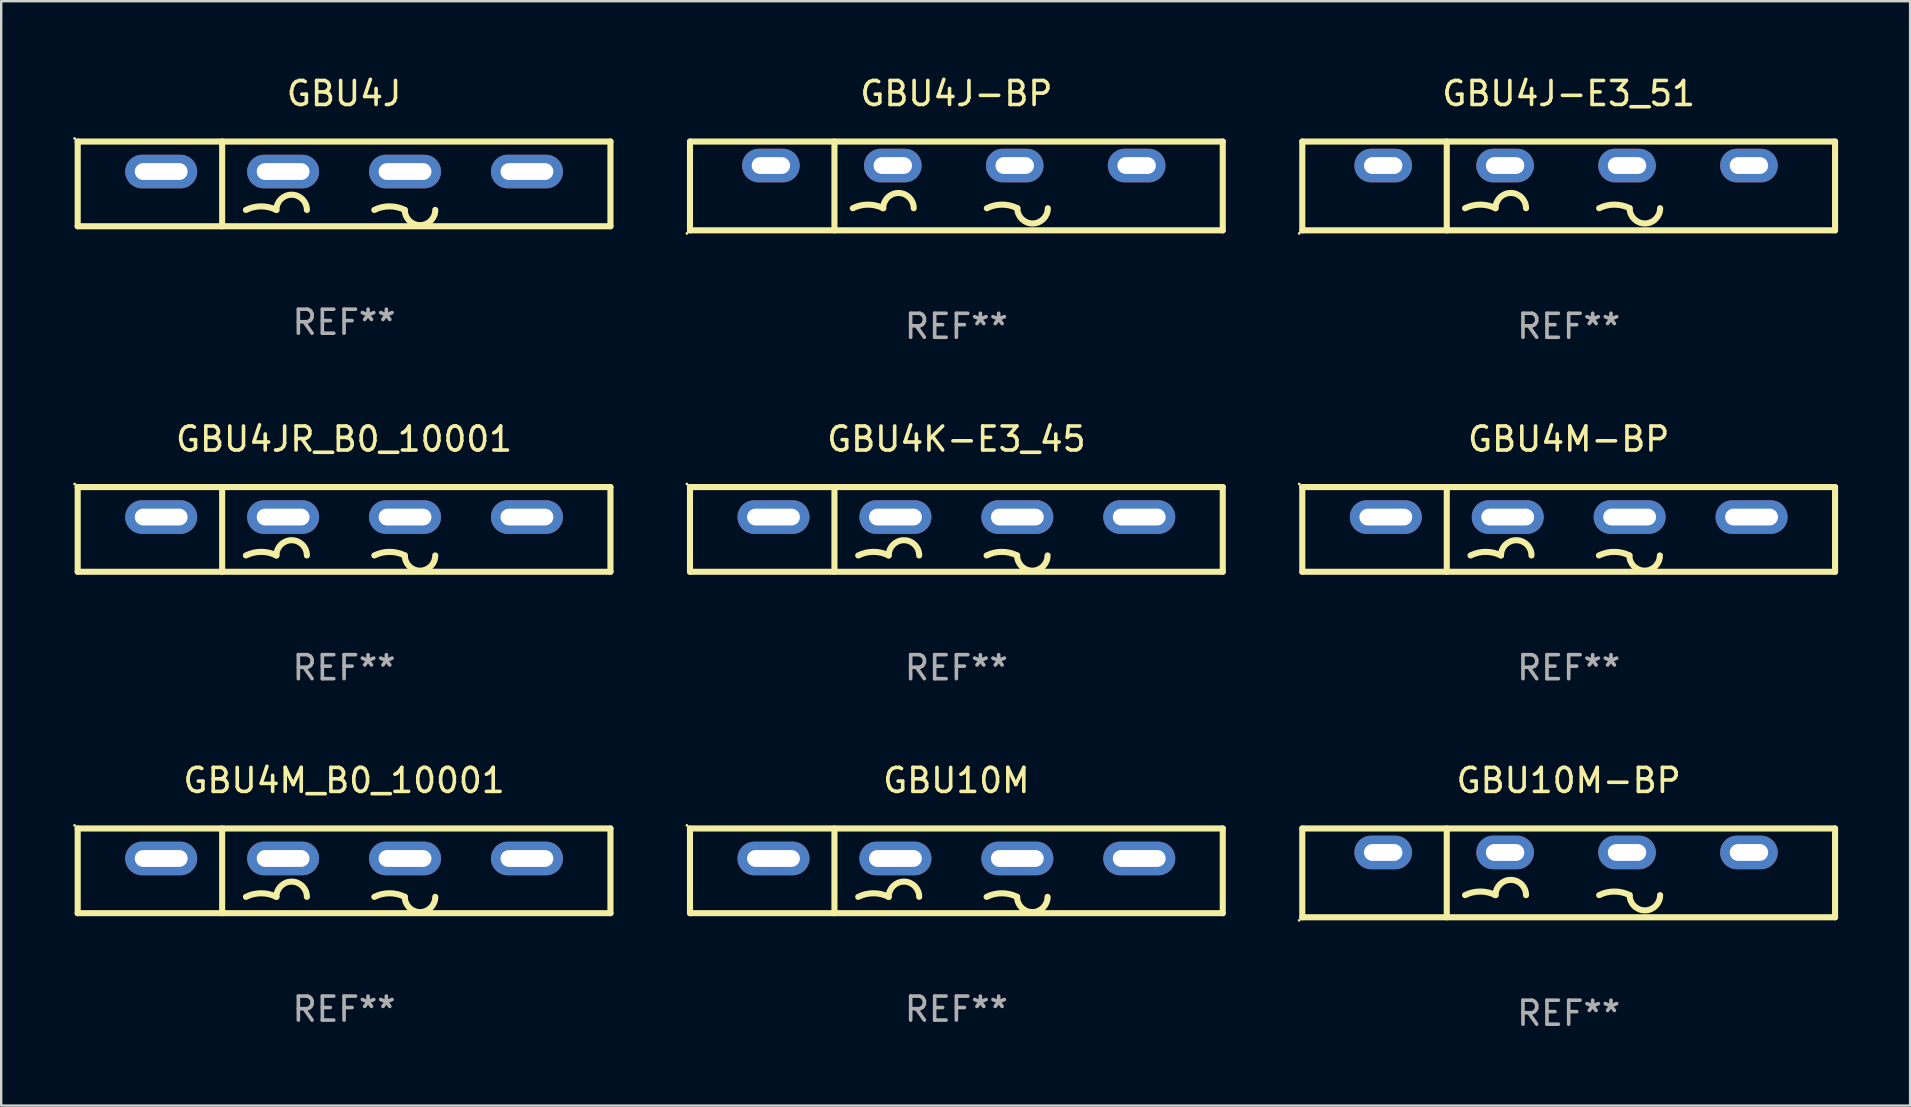
<source format=kicad_pcb>
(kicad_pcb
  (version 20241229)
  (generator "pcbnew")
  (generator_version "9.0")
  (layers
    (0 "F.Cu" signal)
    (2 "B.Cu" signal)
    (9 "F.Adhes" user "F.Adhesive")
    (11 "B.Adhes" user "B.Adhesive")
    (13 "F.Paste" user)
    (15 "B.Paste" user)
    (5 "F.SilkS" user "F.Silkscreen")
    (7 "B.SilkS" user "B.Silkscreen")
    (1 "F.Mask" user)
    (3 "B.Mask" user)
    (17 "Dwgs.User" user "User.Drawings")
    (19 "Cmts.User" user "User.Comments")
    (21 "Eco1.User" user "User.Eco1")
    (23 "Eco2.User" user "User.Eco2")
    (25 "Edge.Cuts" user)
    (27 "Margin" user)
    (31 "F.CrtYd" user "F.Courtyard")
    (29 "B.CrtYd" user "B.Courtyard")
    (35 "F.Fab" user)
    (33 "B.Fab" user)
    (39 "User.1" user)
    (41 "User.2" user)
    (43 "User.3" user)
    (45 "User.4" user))
  (footprint "GBU4M_B0_10001"
    (layer "F.Cu")
    (at 11.287 33.236)
    (property "Reference" "GBU4M_B0_10001" (at 0 -3.765 0) (layer "F.SilkS") (effects (font (size 1 1) (thickness 0.15))))
    (attr through_hole)
    (fp_line (start -11.1 -1.765) (end 11.1 -1.765) (stroke (width 0.254) (type solid)) (layer "F.SilkS"))
    (fp_line (start -11.1 1.765) (end -11.1 -1.765) (stroke (width 0.254) (type solid)) (layer "F.SilkS"))
    (fp_line (start -5.08 -1.765) (end -5.08 1.765) (stroke (width 0.254) (type solid)) (layer "F.SilkS"))
    (fp_line (start 11.1 -1.765) (end 11.1 1.765) (stroke (width 0.254) (type solid)) (layer "F.SilkS"))
    (fp_line (start 11.1 1.765) (end -11.1 1.765) (stroke (width 0.254) (type solid)) (layer "F.SilkS"))
    (fp_arc (start -4.089992 1.084963) (mid -3.454991 0.93506) (end -2.819989 1.084963) (stroke (width 0.254001) (type solid)) (layer "F.SilkS"))
    (fp_arc (start -2.819991 1.084963) (mid -2.184989 0.449961) (end -1.549987 1.084963) (stroke (width 0.254001) (type solid)) (layer "F.SilkS"))
    (fp_arc (start 1.259995 1.084963) (mid 1.894996 0.93506) (end 2.529998 1.084963) (stroke (width 0.254001) (type solid)) (layer "F.SilkS"))
    (fp_arc (start 3.8 1.084963) (mid 3.164999 1.719964) (end 2.529998 1.084963) (stroke (width 0.254001) (type solid)) (layer "F.SilkS"))
    (fp_circle (center -11.227 -1.892) (end -11.197 -1.892) (stroke (width 0.06) (type solid)) (fill no) (layer "F.SilkS"))
    (fp_text user "+" (at -7 3.085 0) (layer "B.Mask") (effects (font (size 1 1) (thickness 0.15))))
    (fp_text user "-" (at 8.65 3.335 0) (layer "B.Mask") (effects (font (size 1 1) (thickness 0.15))))
    (fp_text user "REF**" (at 0 5.765 0) (layer "F.Fab") (effects (font (size 1 1) (thickness 0.15))))
    (pad "1" thru_hole oval (at -7.62 -0.515 180) (size 3 1.4) (drill oval 2.2 0.7) (layers "*.Cu" "*.Mask"))
    (pad "2" thru_hole oval (at -2.54 -0.515 180) (size 3 1.4) (drill oval 2.2 0.7) (layers "*.Cu" "*.Mask"))
    (pad "3" thru_hole oval (at 2.54 -0.515 180) (size 3 1.4) (drill oval 2.2 0.7) (layers "*.Cu" "*.Mask"))
    (pad "4" thru_hole oval (at 7.62 -0.515 180) (size 3 1.4) (drill oval 2.2 0.7) (layers "*.Cu" "*.Mask")))
  (footprint "GBU10M-BP"
    (layer "F.Cu")
    (at 62.315 33.321)
    (property "Reference" "GBU10M-BP" (at 0 -3.85 0) (layer "F.SilkS") (effects (font (size 1 1) (thickness 0.15))))
    (attr through_hole)
    (fp_line (start -11.1 -1.85) (end 11.1 -1.85) (stroke (width 0.254) (type solid)) (layer "F.SilkS"))
    (fp_line (start -11.1 1.85) (end -11.1 -1.85) (stroke (width 0.254) (type solid)) (layer "F.SilkS"))
    (fp_line (start -5.08 -1.85) (end -5.08 1.85) (stroke (width 0.254) (type solid)) (layer "F.SilkS"))
    (fp_line (start 11.1 -1.85) (end 11.1 1.85) (stroke (width 0.254) (type solid)) (layer "F.SilkS"))
    (fp_line (start 11.1 1.85) (end -11.1 1.85) (stroke (width 0.254) (type solid)) (layer "F.SilkS"))
    (fp_arc (start -4.318009 0.927991) (mid -3.683008 0.778087) (end -3.048007 0.92799) (stroke (width 0.254001) (type solid)) (layer "F.SilkS"))
    (fp_arc (start -3.048006 0.927991) (mid -2.413005 0.29299) (end -1.778004 0.927991) (stroke (width 0.254001) (type solid)) (layer "F.SilkS"))
    (fp_arc (start 1.270003 0.927991) (mid 1.905004 0.778088) (end 2.540005 0.927991) (stroke (width 0.254001) (type solid)) (layer "F.SilkS"))
    (fp_arc (start 3.810008 0.927991) (mid 3.175006 1.562993) (end 2.540004 0.927991) (stroke (width 0.254001) (type solid)) (layer "F.SilkS"))
    (fp_circle (center -11.227 1.977) (end -11.197 1.977) (stroke (width 0.06) (type solid)) (fill no) (layer "F.SilkS"))
    (fp_text user "+" (at -8.549 0.85 0) (layer "B.Mask") (effects (font (size 1 1) (thickness 0.15))))
    (fp_text user "-" (at 6.751 0.85 0) (layer "B.Mask") (effects (font (size 1 1) (thickness 0.15))))
    (fp_text user "REF**" (at 0 5.85 0) (layer "F.Fab") (effects (font (size 1 1) (thickness 0.15))))
    (pad "1" thru_hole oval (at -7.729 -0.85 180) (size 2.4 1.4) (drill oval 1.6 0.7) (layers "*.Cu" "*.Mask"))
    (pad "2" thru_hole oval (at -2.649 -0.85 180) (size 2.4 1.4) (drill oval 1.6 0.7) (layers "*.Cu" "*.Mask"))
    (pad "3" thru_hole oval (at 2.431 -0.85 180) (size 2.4 1.4) (drill oval 1.6 0.7) (layers "*.Cu" "*.Mask"))
    (pad "4" thru_hole oval (at 7.511 -0.85 180) (size 2.4 1.4) (drill oval 1.6 0.7) (layers "*.Cu" "*.Mask")))
  (footprint "GBU4J-BP"
    (layer "F.Cu")
    (at 36.801 4.698)
    (property "Reference" "GBU4J-BP" (at 0 -3.85 0) (layer "F.SilkS") (effects (font (size 1 1) (thickness 0.15))))
    (attr through_hole)
    (fp_line (start -11.1 -1.85) (end 11.1 -1.85) (stroke (width 0.254) (type solid)) (layer "F.SilkS"))
    (fp_line (start -11.1 1.85) (end -11.1 -1.85) (stroke (width 0.254) (type solid)) (layer "F.SilkS"))
    (fp_line (start -5.08 -1.85) (end -5.08 1.85) (stroke (width 0.254) (type solid)) (layer "F.SilkS"))
    (fp_line (start 11.1 -1.85) (end 11.1 1.85) (stroke (width 0.254) (type solid)) (layer "F.SilkS"))
    (fp_line (start 11.1 1.85) (end -11.1 1.85) (stroke (width 0.254) (type solid)) (layer "F.SilkS"))
    (fp_arc (start -4.318009 0.927991) (mid -3.683008 0.778087) (end -3.048007 0.92799) (stroke (width 0.254001) (type solid)) (layer "F.SilkS"))
    (fp_arc (start -3.048006 0.927991) (mid -2.413005 0.29299) (end -1.778004 0.927991) (stroke (width 0.254001) (type solid)) (layer "F.SilkS"))
    (fp_arc (start 1.270003 0.927991) (mid 1.905004 0.778088) (end 2.540005 0.927991) (stroke (width 0.254001) (type solid)) (layer "F.SilkS"))
    (fp_arc (start 3.810008 0.927991) (mid 3.175006 1.562993) (end 2.540004 0.927991) (stroke (width 0.254001) (type solid)) (layer "F.SilkS"))
    (fp_circle (center -11.227 1.977) (end -11.197 1.977) (stroke (width 0.06) (type solid)) (fill no) (layer "F.SilkS"))
    (fp_text user "-" (at 6.751 0.85 0) (layer "B.Mask") (effects (font (size 1 1) (thickness 0.15))))
    (fp_text user "+" (at -8.549 0.85 0) (layer "B.Mask") (effects (font (size 1 1) (thickness 0.15))))
    (fp_text user "REF**" (at 0 5.85 0) (layer "F.Fab") (effects (font (size 1 1) (thickness 0.15))))
    (pad "1" thru_hole oval (at -7.729 -0.85 180) (size 2.4 1.4) (drill oval 1.6 0.7) (layers "*.Cu" "*.Mask"))
    (pad "2" thru_hole oval (at -2.649 -0.85 180) (size 2.4 1.4) (drill oval 1.6 0.7) (layers "*.Cu" "*.Mask"))
    (pad "3" thru_hole oval (at 2.431 -0.85 180) (size 2.4 1.4) (drill oval 1.6 0.7) (layers "*.Cu" "*.Mask"))
    (pad "4" thru_hole oval (at 7.511 -0.85 180) (size 2.4 1.4) (drill oval 1.6 0.7) (layers "*.Cu" "*.Mask")))
  (footprint "GBU4K-E3_45"
    (layer "F.Cu")
    (at 36.801 19.01)
    (property "Reference" "GBU4K-E3_45" (at 0 -3.765 0) (layer "F.SilkS") (effects (font (size 1 1) (thickness 0.15))))
    (attr through_hole)
    (fp_line (start -11.1 -1.765) (end 11.1 -1.765) (stroke (width 0.254) (type solid)) (layer "F.SilkS"))
    (fp_line (start -11.1 1.765) (end -11.1 -1.765) (stroke (width 0.254) (type solid)) (layer "F.SilkS"))
    (fp_line (start -5.08 -1.765) (end -5.08 1.765) (stroke (width 0.254) (type solid)) (layer "F.SilkS"))
    (fp_line (start 11.1 -1.765) (end 11.1 1.765) (stroke (width 0.254) (type solid)) (layer "F.SilkS"))
    (fp_line (start 11.1 1.765) (end -11.1 1.765) (stroke (width 0.254) (type solid)) (layer "F.SilkS"))
    (fp_arc (start -4.089992 1.084963) (mid -3.454991 0.93506) (end -2.819989 1.084963) (stroke (width 0.254001) (type solid)) (layer "F.SilkS"))
    (fp_arc (start -2.819991 1.084963) (mid -2.184989 0.449961) (end -1.549987 1.084963) (stroke (width 0.254001) (type solid)) (layer "F.SilkS"))
    (fp_arc (start 1.259995 1.084963) (mid 1.894996 0.93506) (end 2.529998 1.084963) (stroke (width 0.254001) (type solid)) (layer "F.SilkS"))
    (fp_arc (start 3.8 1.084963) (mid 3.164999 1.719964) (end 2.529998 1.084963) (stroke (width 0.254001) (type solid)) (layer "F.SilkS"))
    (fp_circle (center -11.227 -1.892) (end -11.197 -1.892) (stroke (width 0.06) (type solid)) (fill no) (layer "F.SilkS"))
    (fp_text user "+" (at -7 3.085 0) (layer "B.Mask") (effects (font (size 1 1) (thickness 0.15))))
    (fp_text user "-" (at 8.65 3.335 0) (layer "B.Mask") (effects (font (size 1 1) (thickness 0.15))))
    (fp_text user "REF**" (at 0 5.765 0) (layer "F.Fab") (effects (font (size 1 1) (thickness 0.15))))
    (pad "1" thru_hole oval (at -7.62 -0.515 180) (size 3 1.4) (drill oval 2.2 0.7) (layers "*.Cu" "*.Mask"))
    (pad "2" thru_hole oval (at -2.54 -0.515 180) (size 3 1.4) (drill oval 2.2 0.7) (layers "*.Cu" "*.Mask"))
    (pad "3" thru_hole oval (at 2.54 -0.515 180) (size 3 1.4) (drill oval 2.2 0.7) (layers "*.Cu" "*.Mask"))
    (pad "4" thru_hole oval (at 7.62 -0.515 180) (size 3 1.4) (drill oval 2.2 0.7) (layers "*.Cu" "*.Mask")))
  (footprint "GBU4J"
    (layer "F.Cu")
    (at 11.287 4.613)
    (property "Reference" "GBU4J" (at 0 -3.765 0) (layer "F.SilkS") (effects (font (size 1 1) (thickness 0.15))))
    (attr through_hole)
    (fp_line (start -11.1 -1.765) (end 11.1 -1.765) (stroke (width 0.254) (type solid)) (layer "F.SilkS"))
    (fp_line (start -11.1 1.765) (end -11.1 -1.765) (stroke (width 0.254) (type solid)) (layer "F.SilkS"))
    (fp_line (start -5.08 -1.765) (end -5.08 1.765) (stroke (width 0.254) (type solid)) (layer "F.SilkS"))
    (fp_line (start 11.1 -1.765) (end 11.1 1.765) (stroke (width 0.254) (type solid)) (layer "F.SilkS"))
    (fp_line (start 11.1 1.765) (end -11.1 1.765) (stroke (width 0.254) (type solid)) (layer "F.SilkS"))
    (fp_arc (start -4.089992 1.084963) (mid -3.454991 0.93506) (end -2.819989 1.084963) (stroke (width 0.254001) (type solid)) (layer "F.SilkS"))
    (fp_arc (start -2.819991 1.084963) (mid -2.184989 0.449961) (end -1.549987 1.084963) (stroke (width 0.254001) (type solid)) (layer "F.SilkS"))
    (fp_arc (start 1.259995 1.084963) (mid 1.894996 0.93506) (end 2.529998 1.084963) (stroke (width 0.254001) (type solid)) (layer "F.SilkS"))
    (fp_arc (start 3.8 1.084963) (mid 3.164999 1.719964) (end 2.529998 1.084963) (stroke (width 0.254001) (type solid)) (layer "F.SilkS"))
    (fp_circle (center -11.227 -1.892) (end -11.197 -1.892) (stroke (width 0.06) (type solid)) (fill no) (layer "F.SilkS"))
    (fp_text user "-" (at 8.65 3.335 0) (layer "B.Mask") (effects (font (size 1 1) (thickness 0.15))))
    (fp_text user "+" (at -7 3.085 0) (layer "B.Mask") (effects (font (size 1 1) (thickness 0.15))))
    (fp_text user "REF**" (at 0 5.765 0) (layer "F.Fab") (effects (font (size 1 1) (thickness 0.15))))
    (pad "1" thru_hole oval (at -7.62 -0.515 180) (size 3 1.4) (drill oval 2.2 0.7) (layers "*.Cu" "*.Mask"))
    (pad "2" thru_hole oval (at -2.54 -0.515 180) (size 3 1.4) (drill oval 2.2 0.7) (layers "*.Cu" "*.Mask"))
    (pad "3" thru_hole oval (at 2.54 -0.515 180) (size 3 1.4) (drill oval 2.2 0.7) (layers "*.Cu" "*.Mask"))
    (pad "4" thru_hole oval (at 7.62 -0.515 180) (size 3 1.4) (drill oval 2.2 0.7) (layers "*.Cu" "*.Mask")))
  (footprint "GBU4J-E3_51"
    (layer "F.Cu")
    (at 62.315 4.698)
    (property "Reference" "GBU4J-E3_51" (at 0 -3.85 0) (layer "F.SilkS") (effects (font (size 1 1) (thickness 0.15))))
    (attr through_hole)
    (fp_line (start -11.1 -1.85) (end 11.1 -1.85) (stroke (width 0.254) (type solid)) (layer "F.SilkS"))
    (fp_line (start -11.1 1.85) (end -11.1 -1.85) (stroke (width 0.254) (type solid)) (layer "F.SilkS"))
    (fp_line (start -5.08 -1.85) (end -5.08 1.85) (stroke (width 0.254) (type solid)) (layer "F.SilkS"))
    (fp_line (start 11.1 -1.85) (end 11.1 1.85) (stroke (width 0.254) (type solid)) (layer "F.SilkS"))
    (fp_line (start 11.1 1.85) (end -11.1 1.85) (stroke (width 0.254) (type solid)) (layer "F.SilkS"))
    (fp_arc (start -4.318009 0.927991) (mid -3.683008 0.778087) (end -3.048007 0.92799) (stroke (width 0.254001) (type solid)) (layer "F.SilkS"))
    (fp_arc (start -3.048006 0.927991) (mid -2.413005 0.29299) (end -1.778004 0.927991) (stroke (width 0.254001) (type solid)) (layer "F.SilkS"))
    (fp_arc (start 1.270003 0.927991) (mid 1.905004 0.778088) (end 2.540005 0.927991) (stroke (width 0.254001) (type solid)) (layer "F.SilkS"))
    (fp_arc (start 3.810008 0.927991) (mid 3.175006 1.562993) (end 2.540004 0.927991) (stroke (width 0.254001) (type solid)) (layer "F.SilkS"))
    (fp_circle (center -11.227 1.977) (end -11.197 1.977) (stroke (width 0.06) (type solid)) (fill no) (layer "F.SilkS"))
    (fp_text user "-" (at 6.751 0.85 0) (layer "B.Mask") (effects (font (size 1 1) (thickness 0.15))))
    (fp_text user "+" (at -8.549 0.85 0) (layer "B.Mask") (effects (font (size 1 1) (thickness 0.15))))
    (fp_text user "REF**" (at 0 5.85 0) (layer "F.Fab") (effects (font (size 1 1) (thickness 0.15))))
    (pad "1" thru_hole oval (at -7.729 -0.85 180) (size 2.4 1.4) (drill oval 1.6 0.7) (layers "*.Cu" "*.Mask"))
    (pad "2" thru_hole oval (at -2.649 -0.85 180) (size 2.4 1.4) (drill oval 1.6 0.7) (layers "*.Cu" "*.Mask"))
    (pad "3" thru_hole oval (at 2.431 -0.85 180) (size 2.4 1.4) (drill oval 1.6 0.7) (layers "*.Cu" "*.Mask"))
    (pad "4" thru_hole oval (at 7.511 -0.85 180) (size 2.4 1.4) (drill oval 1.6 0.7) (layers "*.Cu" "*.Mask")))
  (footprint "GBU10M"
    (layer "F.Cu")
    (at 36.801 33.236)
    (property "Reference" "GBU10M" (at 0 -3.765 0) (layer "F.SilkS") (effects (font (size 1 1) (thickness 0.15))))
    (attr through_hole)
    (fp_line (start -11.1 -1.765) (end 11.1 -1.765) (stroke (width 0.254) (type solid)) (layer "F.SilkS"))
    (fp_line (start -11.1 1.765) (end -11.1 -1.765) (stroke (width 0.254) (type solid)) (layer "F.SilkS"))
    (fp_line (start -5.08 -1.765) (end -5.08 1.765) (stroke (width 0.254) (type solid)) (layer "F.SilkS"))
    (fp_line (start 11.1 -1.765) (end 11.1 1.765) (stroke (width 0.254) (type solid)) (layer "F.SilkS"))
    (fp_line (start 11.1 1.765) (end -11.1 1.765) (stroke (width 0.254) (type solid)) (layer "F.SilkS"))
    (fp_arc (start -4.089992 1.084963) (mid -3.454991 0.93506) (end -2.819989 1.084963) (stroke (width 0.254001) (type solid)) (layer "F.SilkS"))
    (fp_arc (start -2.819991 1.084963) (mid -2.184989 0.449961) (end -1.549987 1.084963) (stroke (width 0.254001) (type solid)) (layer "F.SilkS"))
    (fp_arc (start 1.259995 1.084963) (mid 1.894996 0.93506) (end 2.529998 1.084963) (stroke (width 0.254001) (type solid)) (layer "F.SilkS"))
    (fp_arc (start 3.8 1.084963) (mid 3.164999 1.719964) (end 2.529998 1.084963) (stroke (width 0.254001) (type solid)) (layer "F.SilkS"))
    (fp_circle (center -11.227 -1.892) (end -11.197 -1.892) (stroke (width 0.06) (type solid)) (fill no) (layer "F.SilkS"))
    (fp_text user "-" (at 8.65 3.335 0) (layer "B.Mask") (effects (font (size 1 1) (thickness 0.15))))
    (fp_text user "+" (at -7 3.085 0) (layer "B.Mask") (effects (font (size 1 1) (thickness 0.15))))
    (fp_text user "REF**" (at 0 5.765 0) (layer "F.Fab") (effects (font (size 1 1) (thickness 0.15))))
    (pad "1" thru_hole oval (at -7.62 -0.515 180) (size 3 1.4) (drill oval 2.2 0.7) (layers "*.Cu" "*.Mask"))
    (pad "2" thru_hole oval (at -2.54 -0.515 180) (size 3 1.4) (drill oval 2.2 0.7) (layers "*.Cu" "*.Mask"))
    (pad "3" thru_hole oval (at 2.54 -0.515 180) (size 3 1.4) (drill oval 2.2 0.7) (layers "*.Cu" "*.Mask"))
    (pad "4" thru_hole oval (at 7.62 -0.515 180) (size 3 1.4) (drill oval 2.2 0.7) (layers "*.Cu" "*.Mask")))
  (footprint "GBU4JR_B0_10001"
    (layer "F.Cu")
    (at 11.287 19.01)
    (property "Reference" "GBU4JR_B0_10001" (at 0 -3.765 0) (layer "F.SilkS") (effects (font (size 1 1) (thickness 0.15))))
    (attr through_hole)
    (fp_line (start -11.1 -1.765) (end 11.1 -1.765) (stroke (width 0.254) (type solid)) (layer "F.SilkS"))
    (fp_line (start -11.1 1.765) (end -11.1 -1.765) (stroke (width 0.254) (type solid)) (layer "F.SilkS"))
    (fp_line (start -5.08 -1.765) (end -5.08 1.765) (stroke (width 0.254) (type solid)) (layer "F.SilkS"))
    (fp_line (start 11.1 -1.765) (end 11.1 1.765) (stroke (width 0.254) (type solid)) (layer "F.SilkS"))
    (fp_line (start 11.1 1.765) (end -11.1 1.765) (stroke (width 0.254) (type solid)) (layer "F.SilkS"))
    (fp_arc (start -4.089992 1.084963) (mid -3.454991 0.93506) (end -2.819989 1.084963) (stroke (width 0.254001) (type solid)) (layer "F.SilkS"))
    (fp_arc (start -2.819991 1.084963) (mid -2.184989 0.449961) (end -1.549987 1.084963) (stroke (width 0.254001) (type solid)) (layer "F.SilkS"))
    (fp_arc (start 1.259995 1.084963) (mid 1.894996 0.93506) (end 2.529998 1.084963) (stroke (width 0.254001) (type solid)) (layer "F.SilkS"))
    (fp_arc (start 3.8 1.084963) (mid 3.164999 1.719964) (end 2.529998 1.084963) (stroke (width 0.254001) (type solid)) (layer "F.SilkS"))
    (fp_circle (center -11.227 -1.892) (end -11.197 -1.892) (stroke (width 0.06) (type solid)) (fill no) (layer "F.SilkS"))
    (fp_text user "+" (at -7 3.085 0) (layer "B.Mask") (effects (font (size 1 1) (thickness 0.15))))
    (fp_text user "-" (at 8.65 3.335 0) (layer "B.Mask") (effects (font (size 1 1) (thickness 0.15))))
    (fp_text user "REF**" (at 0 5.765 0) (layer "F.Fab") (effects (font (size 1 1) (thickness 0.15))))
    (pad "1" thru_hole oval (at -7.62 -0.515 180) (size 3 1.4) (drill oval 2.2 0.7) (layers "*.Cu" "*.Mask"))
    (pad "2" thru_hole oval (at -2.54 -0.515 180) (size 3 1.4) (drill oval 2.2 0.7) (layers "*.Cu" "*.Mask"))
    (pad "3" thru_hole oval (at 2.54 -0.515 180) (size 3 1.4) (drill oval 2.2 0.7) (layers "*.Cu" "*.Mask"))
    (pad "4" thru_hole oval (at 7.62 -0.515 180) (size 3 1.4) (drill oval 2.2 0.7) (layers "*.Cu" "*.Mask")))
  (footprint "GBU4M-BP"
    (layer "F.Cu")
    (at 62.315 19.01)
    (property "Reference" "GBU4M-BP" (at 0 -3.765 0) (layer "F.SilkS") (effects (font (size 1 1) (thickness 0.15))))
    (attr through_hole)
    (fp_line (start -11.1 -1.765) (end 11.1 -1.765) (stroke (width 0.254) (type solid)) (layer "F.SilkS"))
    (fp_line (start -11.1 1.765) (end -11.1 -1.765) (stroke (width 0.254) (type solid)) (layer "F.SilkS"))
    (fp_line (start -5.08 -1.765) (end -5.08 1.765) (stroke (width 0.254) (type solid)) (layer "F.SilkS"))
    (fp_line (start 11.1 -1.765) (end 11.1 1.765) (stroke (width 0.254) (type solid)) (layer "F.SilkS"))
    (fp_line (start 11.1 1.765) (end -11.1 1.765) (stroke (width 0.254) (type solid)) (layer "F.SilkS"))
    (fp_arc (start -4.089992 1.084963) (mid -3.454991 0.93506) (end -2.819989 1.084963) (stroke (width 0.254001) (type solid)) (layer "F.SilkS"))
    (fp_arc (start -2.819991 1.084963) (mid -2.184989 0.449961) (end -1.549987 1.084963) (stroke (width 0.254001) (type solid)) (layer "F.SilkS"))
    (fp_arc (start 1.259995 1.084963) (mid 1.894996 0.93506) (end 2.529998 1.084963) (stroke (width 0.254001) (type solid)) (layer "F.SilkS"))
    (fp_arc (start 3.8 1.084963) (mid 3.164999 1.719964) (end 2.529998 1.084963) (stroke (width 0.254001) (type solid)) (layer "F.SilkS"))
    (fp_circle (center -11.227 -1.892) (end -11.197 -1.892) (stroke (width 0.06) (type solid)) (fill no) (layer "F.SilkS"))
    (fp_text user "-" (at 8.65 3.335 0) (layer "B.Mask") (effects (font (size 1 1) (thickness 0.15))))
    (fp_text user "+" (at -7 3.085 0) (layer "B.Mask") (effects (font (size 1 1) (thickness 0.15))))
    (fp_text user "REF**" (at 0 5.765 0) (layer "F.Fab") (effects (font (size 1 1) (thickness 0.15))))
    (pad "1" thru_hole oval (at -7.62 -0.515 180) (size 3 1.4) (drill oval 2.2 0.7) (layers "*.Cu" "*.Mask"))
    (pad "2" thru_hole oval (at -2.54 -0.515 180) (size 3 1.4) (drill oval 2.2 0.7) (layers "*.Cu" "*.Mask"))
    (pad "3" thru_hole oval (at 2.54 -0.515 180) (size 3 1.4) (drill oval 2.2 0.7) (layers "*.Cu" "*.Mask"))
    (pad "4" thru_hole oval (at 7.62 -0.515 180) (size 3 1.4) (drill oval 2.2 0.7) (layers "*.Cu" "*.Mask")))
  (gr_rect
    (start -3 -3)
    (end 76.542 43.02)
    (stroke (width 0.1) (type default))
    (fill no)
    (layer "Edge.Cuts")))
</source>
